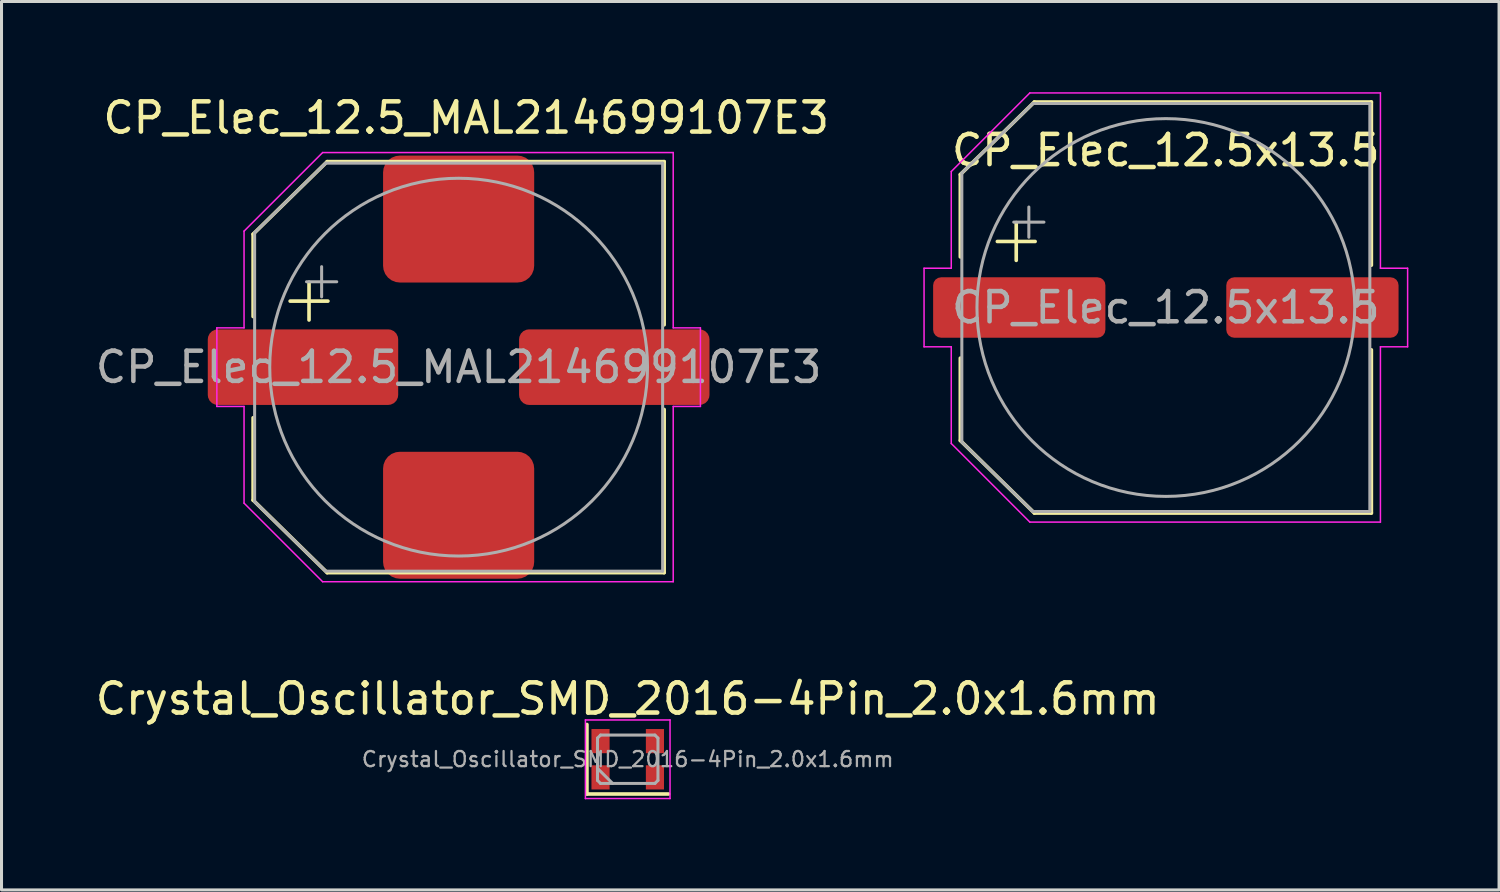
<source format=kicad_pcb>
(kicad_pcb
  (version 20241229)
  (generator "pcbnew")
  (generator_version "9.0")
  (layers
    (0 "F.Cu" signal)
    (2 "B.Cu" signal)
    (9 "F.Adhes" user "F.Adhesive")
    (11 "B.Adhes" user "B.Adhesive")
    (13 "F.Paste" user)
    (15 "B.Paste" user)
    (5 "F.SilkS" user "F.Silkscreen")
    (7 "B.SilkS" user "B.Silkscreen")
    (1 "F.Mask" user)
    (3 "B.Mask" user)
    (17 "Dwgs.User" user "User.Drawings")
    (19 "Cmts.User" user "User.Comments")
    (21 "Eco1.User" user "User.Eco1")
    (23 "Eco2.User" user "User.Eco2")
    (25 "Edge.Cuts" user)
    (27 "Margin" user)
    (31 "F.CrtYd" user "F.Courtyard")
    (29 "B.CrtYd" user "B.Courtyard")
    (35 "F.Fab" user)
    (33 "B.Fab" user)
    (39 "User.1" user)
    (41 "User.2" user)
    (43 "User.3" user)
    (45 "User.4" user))
  (footprint "Crystal_Oscillator_SMD_2016-4Pin_2.0x1.6mm"
    (layer "F.Cu")
    (at 17.72 22.072)
    (property "Reference" "Crystal_Oscillator_SMD_2016-4Pin_2.0x1.6mm" (at 0 -2 0) (layer "F.SilkS") (effects (font (size 1 1) (thickness 0.15))))
    (attr smd)
    (fp_line (start -1.35 -1.15) (end -1.35 1.15) (stroke (width 0.12) (type solid)) (layer "F.SilkS"))
    (fp_line (start -1.35 1.15) (end 1.35 1.15) (stroke (width 0.12) (type solid)) (layer "F.SilkS"))
    (fp_line (start -1.4 -1.3) (end -1.4 1.3) (stroke (width 0.05) (type solid)) (layer "F.CrtYd"))
    (fp_line (start -1.4 1.3) (end 1.4 1.3) (stroke (width 0.05) (type solid)) (layer "F.CrtYd"))
    (fp_line (start 1.4 -1.3) (end -1.4 -1.3) (stroke (width 0.05) (type solid)) (layer "F.CrtYd"))
    (fp_line (start 1.4 1.3) (end 1.4 -1.3) (stroke (width 0.05) (type solid)) (layer "F.CrtYd"))
    (fp_line (start -1 -0.7) (end -0.9 -0.8) (stroke (width 0.1) (type solid)) (layer "F.Fab"))
    (fp_line (start -1 0.3) (end -0.5 0.8) (stroke (width 0.1) (type solid)) (layer "F.Fab"))
    (fp_line (start -1 0.7) (end -1 -0.7) (stroke (width 0.1) (type solid)) (layer "F.Fab"))
    (fp_line (start -0.9 -0.8) (end 0.9 -0.8) (stroke (width 0.1) (type solid)) (layer "F.Fab"))
    (fp_line (start -0.9 0.8) (end -1 0.7) (stroke (width 0.1) (type solid)) (layer "F.Fab"))
    (fp_line (start 0.9 -0.8) (end 1 -0.7) (stroke (width 0.1) (type solid)) (layer "F.Fab"))
    (fp_line (start 0.9 0.8) (end -0.9 0.8) (stroke (width 0.1) (type solid)) (layer "F.Fab"))
    (fp_line (start 1 -0.7) (end 1 0.7) (stroke (width 0.1) (type solid)) (layer "F.Fab"))
    (fp_line (start 1 0.7) (end 0.9 0.8) (stroke (width 0.1) (type solid)) (layer "F.Fab"))
    (fp_text user "${REFERENCE}" (at 0 0 0) (layer "F.Fab") (effects (font (size 0.5 0.5) (thickness 0.075))))
    (pad "1" smd rect (at -0.9 0.6) (size 0.6 0.8) (layers "F.Cu" "F.Mask" "F.Paste"))
    (pad "2" smd rect (at 0.9 0.6) (size 0.6 0.8) (layers "F.Cu" "F.Mask" "F.Paste"))
    (pad "3" smd rect (at 0.9 -0.6) (size 0.6 0.8) (layers "F.Cu" "F.Mask" "F.Paste"))
    (pad "4" smd rect (at -0.9 -0.6) (size 0.6 0.8) (layers "F.Cu" "F.Mask" "F.Paste")))
  (footprint "CP_Elec_12.5x13.5"
    (layer "F.Cu")
    (at 35.525 7.125)
    (property "Reference" "CP_Elec_12.5x13.5" (at 0 -5.2 0) (layer "F.SilkS") (effects (font (size 1 1) (thickness 0.15))))
    (attr smd)
    (fp_line (start -6.8 -4.4) (end -6.8 -1.675) (stroke (width 0.12) (type solid)) (layer "F.SilkS"))
    (fp_line (start -6.8 4.4) (end -6.8 1.675) (stroke (width 0.12) (type solid)) (layer "F.SilkS"))
    (fp_line (start -6.8 4.4) (end -4.35 6.8) (stroke (width 0.12) (type solid)) (layer "F.SilkS"))
    (fp_line (start -5.575 -2.185) (end -4.325 -2.185) (stroke (width 0.12) (type solid)) (layer "F.SilkS"))
    (fp_line (start -4.95 -2.81) (end -4.95 -1.56) (stroke (width 0.12) (type solid)) (layer "F.SilkS"))
    (fp_line (start -4.35 -6.8) (end -6.8 -4.4) (stroke (width 0.12) (type solid)) (layer "F.SilkS"))
    (fp_line (start -4.35 -6.8) (end 6.8 -6.8) (stroke (width 0.12) (type solid)) (layer "F.SilkS"))
    (fp_line (start 6.8 -6.8) (end 6.8 -1.4) (stroke (width 0.12) (type solid)) (layer "F.SilkS"))
    (fp_line (start 6.8 6.8) (end -4.35 6.8) (stroke (width 0.12) (type solid)) (layer "F.SilkS"))
    (fp_line (start 6.8 6.8) (end 6.8 1.4) (stroke (width 0.12) (type solid)) (layer "F.SilkS"))
    (fp_line (start -8 -1.3) (end -7.1 -1.3) (stroke (width 0.05) (type solid)) (layer "F.CrtYd"))
    (fp_line (start -8 1.3) (end -8 -1.3) (stroke (width 0.05) (type solid)) (layer "F.CrtYd"))
    (fp_line (start -8 1.3) (end -7.1 1.3) (stroke (width 0.05) (type solid)) (layer "F.CrtYd"))
    (fp_line (start -7.1 -4.5) (end -4.5 -7.1) (stroke (width 0.05) (type solid)) (layer "F.CrtYd"))
    (fp_line (start -7.1 -1.3) (end -7.1 -4.5) (stroke (width 0.05) (type solid)) (layer "F.CrtYd"))
    (fp_line (start -7.1 1.3) (end -7.1 4.5) (stroke (width 0.05) (type solid)) (layer "F.CrtYd"))
    (fp_line (start -7.1 4.5) (end -4.5 7.1) (stroke (width 0.05) (type solid)) (layer "F.CrtYd"))
    (fp_line (start -4.5 -7.1) (end 7.1 -7.1) (stroke (width 0.05) (type solid)) (layer "F.CrtYd"))
    (fp_line (start -4.5 7.1) (end 7.1 7.1) (stroke (width 0.05) (type solid)) (layer "F.CrtYd"))
    (fp_line (start 7.1 -1.3) (end 7.1 -7.1) (stroke (width 0.05) (type solid)) (layer "F.CrtYd"))
    (fp_line (start 7.1 1.3) (end 7.1 7.1) (stroke (width 0.05) (type solid)) (layer "F.CrtYd"))
    (fp_line (start 8 -1.3) (end 7.1 -1.3) (stroke (width 0.05) (type solid)) (layer "F.CrtYd"))
    (fp_line (start 8 -1.3) (end 8 1.3) (stroke (width 0.05) (type solid)) (layer "F.CrtYd"))
    (fp_line (start 8 1.3) (end 7.1 1.3) (stroke (width 0.05) (type solid)) (layer "F.CrtYd"))
    (fp_line (start -6.75 -4.45) (end -6.75 4.45) (stroke (width 0.1) (type solid)) (layer "F.Fab"))
    (fp_line (start -6.75 -4.45) (end -4.4 -6.75) (stroke (width 0.1) (type solid)) (layer "F.Fab"))
    (fp_line (start -6.75 4.45) (end -4.4 6.75) (stroke (width 0.1) (type solid)) (layer "F.Fab"))
    (fp_line (start -5.033 -2.825) (end -4.033 -2.825) (stroke (width 0.1) (type solid)) (layer "F.Fab"))
    (fp_line (start -4.533 -3.325) (end -4.533 -2.325) (stroke (width 0.1) (type solid)) (layer "F.Fab"))
    (fp_line (start -4.4 -6.75) (end 6.75 -6.75) (stroke (width 0.1) (type solid)) (layer "F.Fab"))
    (fp_line (start -4.4 6.75) (end 6.75 6.75) (stroke (width 0.1) (type solid)) (layer "F.Fab"))
    (fp_line (start 6.75 -6.75) (end 6.75 6.75) (stroke (width 0.1) (type solid)) (layer "F.Fab"))
    (fp_circle (center 0 0) (end 6.25 0) (stroke (width 0.1) (type solid)) (fill no) (layer "F.Fab"))
    (fp_text user "${REFERENCE}" (at 0 0 0) (layer "F.Fab") (effects (font (size 1 1) (thickness 0.15))))
    (pad "1" smd roundrect (at -4.85 0) (size 5.7 2) (layers "F.Cu" "F.Mask" "F.Paste") (roundrect_rratio 0.132))
    (pad "2" smd roundrect (at 4.85 0) (size 5.7 2) (layers "F.Cu" "F.Mask" "F.Paste") (roundrect_rratio 0.132)))
  (footprint "CP_Elec_12.5_MAL214699107E3"
    (layer "F.Cu")
    (at 12.125 9.098)
    (property "Reference" "CP_Elec_12.5_MAL214699107E3" (at 0.25 -8.25 0) (layer "F.SilkS") (effects (font (size 1 1) (thickness 0.15))))
    (attr smd)
    (fp_line (start -6.8 -4.4) (end -6.8 -1.675) (stroke (width 0.12) (type solid)) (layer "F.SilkS"))
    (fp_line (start -6.8 4.4) (end -6.8 1.675) (stroke (width 0.12) (type solid)) (layer "F.SilkS"))
    (fp_line (start -6.8 4.4) (end -4.35 6.8) (stroke (width 0.12) (type solid)) (layer "F.SilkS"))
    (fp_line (start -5.575 -2.185) (end -4.325 -2.185) (stroke (width 0.12) (type solid)) (layer "F.SilkS"))
    (fp_line (start -4.95 -2.81) (end -4.95 -1.56) (stroke (width 0.12) (type solid)) (layer "F.SilkS"))
    (fp_line (start -4.35 -6.8) (end -6.8 -4.4) (stroke (width 0.12) (type solid)) (layer "F.SilkS"))
    (fp_line (start -4.35 -6.8) (end 6.8 -6.8) (stroke (width 0.12) (type solid)) (layer "F.SilkS"))
    (fp_line (start 6.8 -6.8) (end 6.8 -1.4) (stroke (width 0.12) (type solid)) (layer "F.SilkS"))
    (fp_line (start 6.8 6.8) (end -4.35 6.8) (stroke (width 0.12) (type solid)) (layer "F.SilkS"))
    (fp_line (start 6.8 6.8) (end 6.8 1.4) (stroke (width 0.12) (type solid)) (layer "F.SilkS"))
    (fp_line (start -8 -1.3) (end -7.1 -1.3) (stroke (width 0.05) (type solid)) (layer "F.CrtYd"))
    (fp_line (start -8 1.3) (end -8 -1.3) (stroke (width 0.05) (type solid)) (layer "F.CrtYd"))
    (fp_line (start -8 1.3) (end -7.1 1.3) (stroke (width 0.05) (type solid)) (layer "F.CrtYd"))
    (fp_line (start -7.1 -4.5) (end -4.5 -7.1) (stroke (width 0.05) (type solid)) (layer "F.CrtYd"))
    (fp_line (start -7.1 -1.3) (end -7.1 -4.5) (stroke (width 0.05) (type solid)) (layer "F.CrtYd"))
    (fp_line (start -7.1 1.3) (end -7.1 4.5) (stroke (width 0.05) (type solid)) (layer "F.CrtYd"))
    (fp_line (start -7.1 4.5) (end -4.5 7.1) (stroke (width 0.05) (type solid)) (layer "F.CrtYd"))
    (fp_line (start -4.5 -7.1) (end 7.1 -7.1) (stroke (width 0.05) (type solid)) (layer "F.CrtYd"))
    (fp_line (start -4.5 7.1) (end 7.1 7.1) (stroke (width 0.05) (type solid)) (layer "F.CrtYd"))
    (fp_line (start 7.1 -1.3) (end 7.1 -7.1) (stroke (width 0.05) (type solid)) (layer "F.CrtYd"))
    (fp_line (start 7.1 1.3) (end 7.1 7.1) (stroke (width 0.05) (type solid)) (layer "F.CrtYd"))
    (fp_line (start 8 -1.3) (end 7.1 -1.3) (stroke (width 0.05) (type solid)) (layer "F.CrtYd"))
    (fp_line (start 8 -1.3) (end 8 1.3) (stroke (width 0.05) (type solid)) (layer "F.CrtYd"))
    (fp_line (start 8 1.3) (end 7.1 1.3) (stroke (width 0.05) (type solid)) (layer "F.CrtYd"))
    (fp_line (start -6.75 -4.45) (end -6.75 4.45) (stroke (width 0.1) (type solid)) (layer "F.Fab"))
    (fp_line (start -6.75 -4.45) (end -4.4 -6.75) (stroke (width 0.1) (type solid)) (layer "F.Fab"))
    (fp_line (start -6.75 4.45) (end -4.4 6.75) (stroke (width 0.1) (type solid)) (layer "F.Fab"))
    (fp_line (start -5.033 -2.825) (end -4.033 -2.825) (stroke (width 0.1) (type solid)) (layer "F.Fab"))
    (fp_line (start -4.533 -3.325) (end -4.533 -2.325) (stroke (width 0.1) (type solid)) (layer "F.Fab"))
    (fp_line (start -4.4 -6.75) (end 6.75 -6.75) (stroke (width 0.1) (type solid)) (layer "F.Fab"))
    (fp_line (start -4.4 6.75) (end 6.75 6.75) (stroke (width 0.1) (type solid)) (layer "F.Fab"))
    (fp_line (start 6.75 -6.75) (end 6.75 6.75) (stroke (width 0.1) (type solid)) (layer "F.Fab"))
    (fp_circle (center 0 0) (end 6.25 0) (stroke (width 0.1) (type solid)) (fill no) (layer "F.Fab"))
    (fp_text user "${REFERENCE}" (at 0 0 0) (layer "F.Fab") (effects (font (size 1 1) (thickness 0.15))))
    (pad "1" smd roundrect (at -5.15 0) (size 6.3 2.5) (layers "F.Cu" "F.Mask" "F.Paste") (roundrect_rratio 0.132))
    (pad "2" smd roundrect (at 0 -4.9 180) (size 5 4.2) (layers "F.Cu" "F.Mask" "F.Paste") (roundrect_rratio 0.132))
    (pad "2" smd roundrect (at 0 4.9) (size 5 4.2) (layers "F.Cu" "F.Mask" "F.Paste") (roundrect_rratio 0.132))
    (pad "2" smd roundrect (at 5.15 0 180) (size 6.3 2.5) (layers "F.Cu" "F.Mask" "F.Paste") (roundrect_rratio 0.132)))
  (gr_rect
    (start -3 -3)
    (end 46.55 26.396)
    (stroke (width 0.1) (type default))
    (fill no)
    (layer "Edge.Cuts")))
</source>
